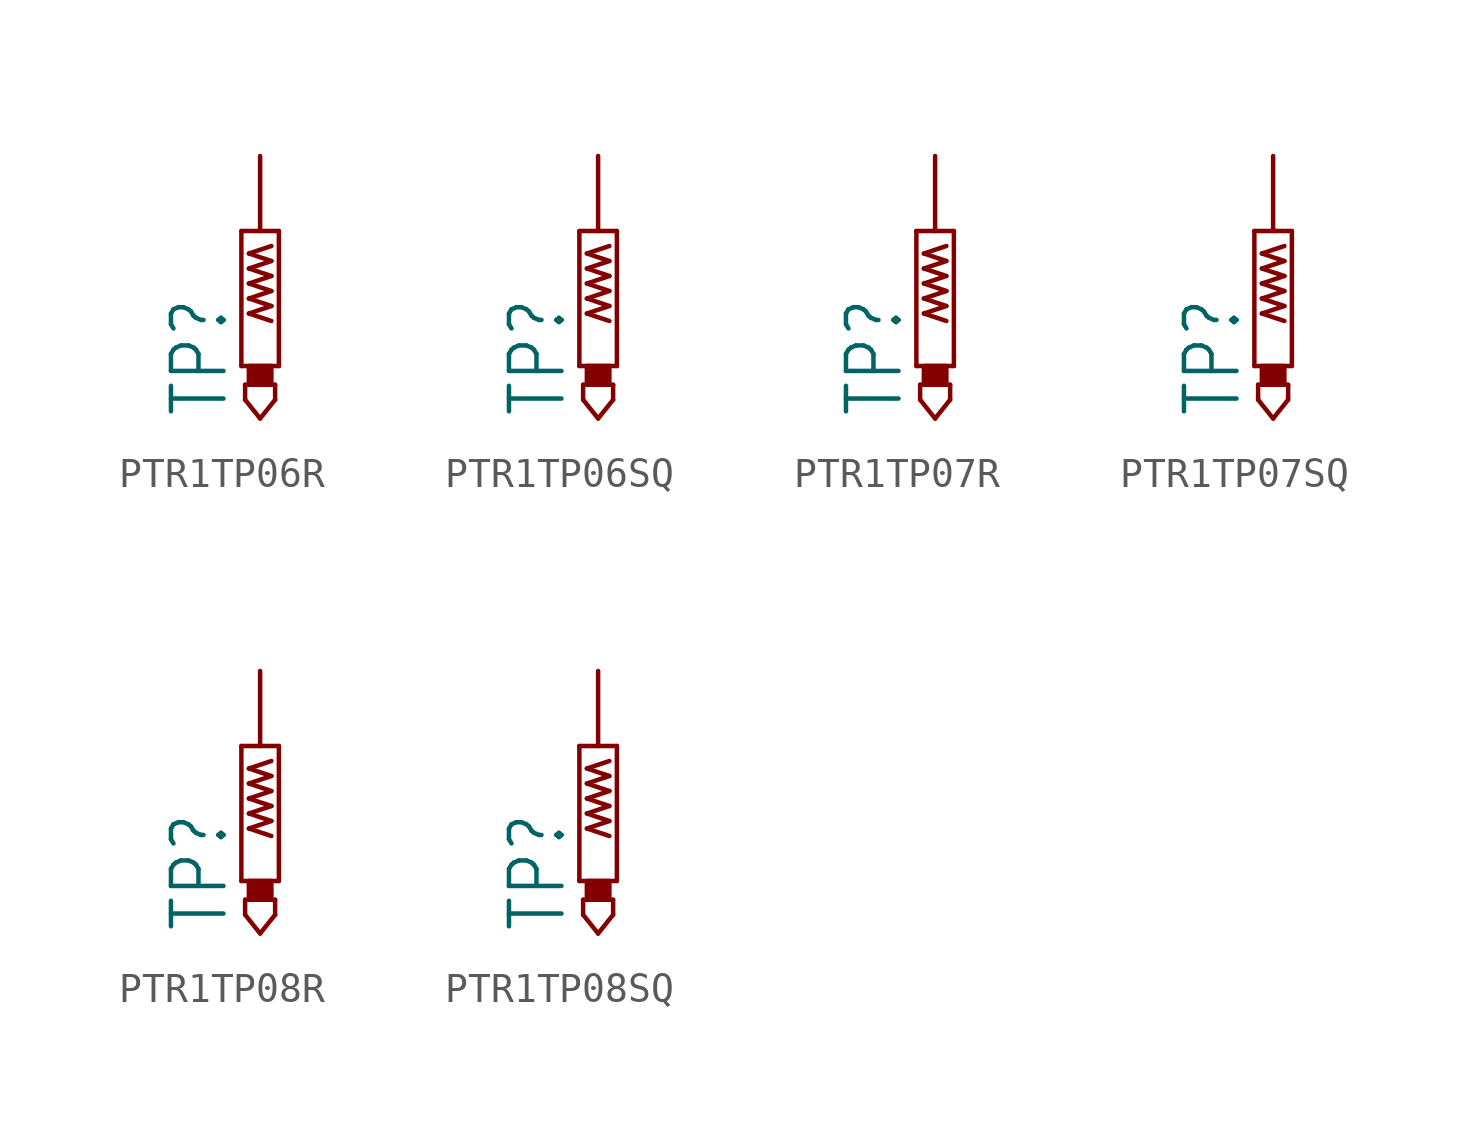
<source format=kicad_sym>
(kicad_symbol_lib
  (version 20231120)
  (generator "kicad_symbol_editor")
  (generator_version "8.0")
  (symbol "PTR1TP06R"
    (property "Reference" "TP"
      (at -1.016 -6.35 90)
      (effects (font (size 1.778 1.511)) (justify left bottom)))
    (property "ki_locked" ""
      (at 0 0 0)
      (effects (font (size 1.27 1.27))))
    (symbol "PTR1TP06R_1_0"
      (rectangle (start -0.381 -5.207) (end 0.381 -4.572) (stroke (width 0) (type default)) (fill (type outline)))
      (polyline (pts (xy -0.635 0) (xy -0.635 -4.572)) (stroke (width 0.152) (type solid)) (fill (type none)))
      (polyline (pts (xy -0.508 -5.715) (xy 0 -6.35)) (stroke (width 0.152) (type solid)) (fill (type none)))
      (polyline (pts (xy -0.508 -5.207) (xy -0.508 -5.715)) (stroke (width 0.152) (type solid)) (fill (type none)))
      (polyline (pts (xy -0.381 -2.794) (xy 0.381 -2.54)) (stroke (width 0.152) (type solid)) (fill (type none)))
      (polyline (pts (xy -0.381 -2.286) (xy 0.381 -2.032)) (stroke (width 0.152) (type solid)) (fill (type none)))
      (polyline (pts (xy -0.381 -1.778) (xy 0.381 -1.524)) (stroke (width 0.152) (type solid)) (fill (type none)))
      (polyline (pts (xy -0.381 -1.27) (xy 0.381 -1.016)) (stroke (width 0.152) (type solid)) (fill (type none)))
      (polyline (pts (xy -0.381 -0.762) (xy 0.381 -0.508)) (stroke (width 0.152) (type solid)) (fill (type none)))
      (polyline (pts (xy 0 -6.35) (xy 0.508 -5.715)) (stroke (width 0.152) (type solid)) (fill (type none)))
      (polyline (pts (xy 0.381 -3.048) (xy -0.381 -2.794)) (stroke (width 0.152) (type solid)) (fill (type none)))
      (polyline (pts (xy 0.381 -2.54) (xy -0.381 -2.286)) (stroke (width 0.152) (type solid)) (fill (type none)))
      (polyline (pts (xy 0.381 -2.032) (xy -0.381 -1.778)) (stroke (width 0.152) (type solid)) (fill (type none)))
      (polyline (pts (xy 0.381 -1.524) (xy -0.381 -1.27)) (stroke (width 0.152) (type solid)) (fill (type none)))
      (polyline (pts (xy 0.381 -1.016) (xy -0.381 -0.762)) (stroke (width 0.152) (type solid)) (fill (type none)))
      (polyline (pts (xy 0.508 -5.715) (xy 0.508 -5.207)) (stroke (width 0.152) (type solid)) (fill (type none)))
      (polyline (pts (xy 0.508 -5.207) (xy -0.508 -5.207)) (stroke (width 0.152) (type solid)) (fill (type none)))
      (polyline (pts (xy 0.635 -4.572) (xy -0.635 -4.572)) (stroke (width 0.152) (type solid)) (fill (type none)))
      (polyline (pts (xy 0.635 -4.572) (xy 0.635 0)) (stroke (width 0.152) (type solid)) (fill (type none)))
      (polyline (pts (xy 0.635 0) (xy -0.635 0)) (stroke (width 0.152) (type solid)) (fill (type none)))
      (pin input line (at 0 2.54 270) (length 2.54) (name "TP" (effects (font (size 0 0)))) (number "TP" (effects (font (size 0 0)))))))
  (symbol "PTR1TP06SQ"
    (property "Reference" "TP"
      (at -1.016 -6.35 90)
      (effects (font (size 1.778 1.511)) (justify left bottom)))
    (property "ki_locked" ""
      (at 0 0 0)
      (effects (font (size 1.27 1.27))))
    (symbol "PTR1TP06SQ_1_0"
      (rectangle (start -0.381 -5.207) (end 0.381 -4.572) (stroke (width 0) (type default)) (fill (type outline)))
      (polyline (pts (xy -0.635 0) (xy -0.635 -4.572)) (stroke (width 0.152) (type solid)) (fill (type none)))
      (polyline (pts (xy -0.508 -5.715) (xy 0 -6.35)) (stroke (width 0.152) (type solid)) (fill (type none)))
      (polyline (pts (xy -0.508 -5.207) (xy -0.508 -5.715)) (stroke (width 0.152) (type solid)) (fill (type none)))
      (polyline (pts (xy -0.381 -2.794) (xy 0.381 -2.54)) (stroke (width 0.152) (type solid)) (fill (type none)))
      (polyline (pts (xy -0.381 -2.286) (xy 0.381 -2.032)) (stroke (width 0.152) (type solid)) (fill (type none)))
      (polyline (pts (xy -0.381 -1.778) (xy 0.381 -1.524)) (stroke (width 0.152) (type solid)) (fill (type none)))
      (polyline (pts (xy -0.381 -1.27) (xy 0.381 -1.016)) (stroke (width 0.152) (type solid)) (fill (type none)))
      (polyline (pts (xy -0.381 -0.762) (xy 0.381 -0.508)) (stroke (width 0.152) (type solid)) (fill (type none)))
      (polyline (pts (xy 0 -6.35) (xy 0.508 -5.715)) (stroke (width 0.152) (type solid)) (fill (type none)))
      (polyline (pts (xy 0.381 -3.048) (xy -0.381 -2.794)) (stroke (width 0.152) (type solid)) (fill (type none)))
      (polyline (pts (xy 0.381 -2.54) (xy -0.381 -2.286)) (stroke (width 0.152) (type solid)) (fill (type none)))
      (polyline (pts (xy 0.381 -2.032) (xy -0.381 -1.778)) (stroke (width 0.152) (type solid)) (fill (type none)))
      (polyline (pts (xy 0.381 -1.524) (xy -0.381 -1.27)) (stroke (width 0.152) (type solid)) (fill (type none)))
      (polyline (pts (xy 0.381 -1.016) (xy -0.381 -0.762)) (stroke (width 0.152) (type solid)) (fill (type none)))
      (polyline (pts (xy 0.508 -5.715) (xy 0.508 -5.207)) (stroke (width 0.152) (type solid)) (fill (type none)))
      (polyline (pts (xy 0.508 -5.207) (xy -0.508 -5.207)) (stroke (width 0.152) (type solid)) (fill (type none)))
      (polyline (pts (xy 0.635 -4.572) (xy -0.635 -4.572)) (stroke (width 0.152) (type solid)) (fill (type none)))
      (polyline (pts (xy 0.635 -4.572) (xy 0.635 0)) (stroke (width 0.152) (type solid)) (fill (type none)))
      (polyline (pts (xy 0.635 0) (xy -0.635 0)) (stroke (width 0.152) (type solid)) (fill (type none)))
      (pin input line (at 0 2.54 270) (length 2.54) (name "TP" (effects (font (size 0 0)))) (number "TP" (effects (font (size 0 0)))))))
  (symbol "PTR1TP07R"
    (property "Reference" "TP"
      (at -1.016 -6.35 90)
      (effects (font (size 1.778 1.511)) (justify left bottom)))
    (property "ki_locked" ""
      (at 0 0 0)
      (effects (font (size 1.27 1.27))))
    (symbol "PTR1TP07R_1_0"
      (rectangle (start -0.381 -5.207) (end 0.381 -4.572) (stroke (width 0) (type default)) (fill (type outline)))
      (polyline (pts (xy -0.635 0) (xy -0.635 -4.572)) (stroke (width 0.152) (type solid)) (fill (type none)))
      (polyline (pts (xy -0.508 -5.715) (xy 0 -6.35)) (stroke (width 0.152) (type solid)) (fill (type none)))
      (polyline (pts (xy -0.508 -5.207) (xy -0.508 -5.715)) (stroke (width 0.152) (type solid)) (fill (type none)))
      (polyline (pts (xy -0.381 -2.794) (xy 0.381 -2.54)) (stroke (width 0.152) (type solid)) (fill (type none)))
      (polyline (pts (xy -0.381 -2.286) (xy 0.381 -2.032)) (stroke (width 0.152) (type solid)) (fill (type none)))
      (polyline (pts (xy -0.381 -1.778) (xy 0.381 -1.524)) (stroke (width 0.152) (type solid)) (fill (type none)))
      (polyline (pts (xy -0.381 -1.27) (xy 0.381 -1.016)) (stroke (width 0.152) (type solid)) (fill (type none)))
      (polyline (pts (xy -0.381 -0.762) (xy 0.381 -0.508)) (stroke (width 0.152) (type solid)) (fill (type none)))
      (polyline (pts (xy 0 -6.35) (xy 0.508 -5.715)) (stroke (width 0.152) (type solid)) (fill (type none)))
      (polyline (pts (xy 0.381 -3.048) (xy -0.381 -2.794)) (stroke (width 0.152) (type solid)) (fill (type none)))
      (polyline (pts (xy 0.381 -2.54) (xy -0.381 -2.286)) (stroke (width 0.152) (type solid)) (fill (type none)))
      (polyline (pts (xy 0.381 -2.032) (xy -0.381 -1.778)) (stroke (width 0.152) (type solid)) (fill (type none)))
      (polyline (pts (xy 0.381 -1.524) (xy -0.381 -1.27)) (stroke (width 0.152) (type solid)) (fill (type none)))
      (polyline (pts (xy 0.381 -1.016) (xy -0.381 -0.762)) (stroke (width 0.152) (type solid)) (fill (type none)))
      (polyline (pts (xy 0.508 -5.715) (xy 0.508 -5.207)) (stroke (width 0.152) (type solid)) (fill (type none)))
      (polyline (pts (xy 0.508 -5.207) (xy -0.508 -5.207)) (stroke (width 0.152) (type solid)) (fill (type none)))
      (polyline (pts (xy 0.635 -4.572) (xy -0.635 -4.572)) (stroke (width 0.152) (type solid)) (fill (type none)))
      (polyline (pts (xy 0.635 -4.572) (xy 0.635 0)) (stroke (width 0.152) (type solid)) (fill (type none)))
      (polyline (pts (xy 0.635 0) (xy -0.635 0)) (stroke (width 0.152) (type solid)) (fill (type none)))
      (pin input line (at 0 2.54 270) (length 2.54) (name "TP" (effects (font (size 0 0)))) (number "TP" (effects (font (size 0 0)))))))
  (symbol "PTR1TP07SQ"
    (property "Reference" "TP"
      (at -1.016 -6.35 90)
      (effects (font (size 1.778 1.511)) (justify left bottom)))
    (property "ki_locked" ""
      (at 0 0 0)
      (effects (font (size 1.27 1.27))))
    (symbol "PTR1TP07SQ_1_0"
      (rectangle (start -0.381 -5.207) (end 0.381 -4.572) (stroke (width 0) (type default)) (fill (type outline)))
      (polyline (pts (xy -0.635 0) (xy -0.635 -4.572)) (stroke (width 0.152) (type solid)) (fill (type none)))
      (polyline (pts (xy -0.508 -5.715) (xy 0 -6.35)) (stroke (width 0.152) (type solid)) (fill (type none)))
      (polyline (pts (xy -0.508 -5.207) (xy -0.508 -5.715)) (stroke (width 0.152) (type solid)) (fill (type none)))
      (polyline (pts (xy -0.381 -2.794) (xy 0.381 -2.54)) (stroke (width 0.152) (type solid)) (fill (type none)))
      (polyline (pts (xy -0.381 -2.286) (xy 0.381 -2.032)) (stroke (width 0.152) (type solid)) (fill (type none)))
      (polyline (pts (xy -0.381 -1.778) (xy 0.381 -1.524)) (stroke (width 0.152) (type solid)) (fill (type none)))
      (polyline (pts (xy -0.381 -1.27) (xy 0.381 -1.016)) (stroke (width 0.152) (type solid)) (fill (type none)))
      (polyline (pts (xy -0.381 -0.762) (xy 0.381 -0.508)) (stroke (width 0.152) (type solid)) (fill (type none)))
      (polyline (pts (xy 0 -6.35) (xy 0.508 -5.715)) (stroke (width 0.152) (type solid)) (fill (type none)))
      (polyline (pts (xy 0.381 -3.048) (xy -0.381 -2.794)) (stroke (width 0.152) (type solid)) (fill (type none)))
      (polyline (pts (xy 0.381 -2.54) (xy -0.381 -2.286)) (stroke (width 0.152) (type solid)) (fill (type none)))
      (polyline (pts (xy 0.381 -2.032) (xy -0.381 -1.778)) (stroke (width 0.152) (type solid)) (fill (type none)))
      (polyline (pts (xy 0.381 -1.524) (xy -0.381 -1.27)) (stroke (width 0.152) (type solid)) (fill (type none)))
      (polyline (pts (xy 0.381 -1.016) (xy -0.381 -0.762)) (stroke (width 0.152) (type solid)) (fill (type none)))
      (polyline (pts (xy 0.508 -5.715) (xy 0.508 -5.207)) (stroke (width 0.152) (type solid)) (fill (type none)))
      (polyline (pts (xy 0.508 -5.207) (xy -0.508 -5.207)) (stroke (width 0.152) (type solid)) (fill (type none)))
      (polyline (pts (xy 0.635 -4.572) (xy -0.635 -4.572)) (stroke (width 0.152) (type solid)) (fill (type none)))
      (polyline (pts (xy 0.635 -4.572) (xy 0.635 0)) (stroke (width 0.152) (type solid)) (fill (type none)))
      (polyline (pts (xy 0.635 0) (xy -0.635 0)) (stroke (width 0.152) (type solid)) (fill (type none)))
      (pin input line (at 0 2.54 270) (length 2.54) (name "TP" (effects (font (size 0 0)))) (number "TP" (effects (font (size 0 0)))))))
  (symbol "PTR1TP08R"
    (property "Reference" "TP"
      (at -1.016 -6.35 90)
      (effects (font (size 1.778 1.511)) (justify left bottom)))
    (property "ki_locked" ""
      (at 0 0 0)
      (effects (font (size 1.27 1.27))))
    (symbol "PTR1TP08R_1_0"
      (rectangle (start -0.381 -5.207) (end 0.381 -4.572) (stroke (width 0) (type default)) (fill (type outline)))
      (polyline (pts (xy -0.635 0) (xy -0.635 -4.572)) (stroke (width 0.152) (type solid)) (fill (type none)))
      (polyline (pts (xy -0.508 -5.715) (xy 0 -6.35)) (stroke (width 0.152) (type solid)) (fill (type none)))
      (polyline (pts (xy -0.508 -5.207) (xy -0.508 -5.715)) (stroke (width 0.152) (type solid)) (fill (type none)))
      (polyline (pts (xy -0.381 -2.794) (xy 0.381 -2.54)) (stroke (width 0.152) (type solid)) (fill (type none)))
      (polyline (pts (xy -0.381 -2.286) (xy 0.381 -2.032)) (stroke (width 0.152) (type solid)) (fill (type none)))
      (polyline (pts (xy -0.381 -1.778) (xy 0.381 -1.524)) (stroke (width 0.152) (type solid)) (fill (type none)))
      (polyline (pts (xy -0.381 -1.27) (xy 0.381 -1.016)) (stroke (width 0.152) (type solid)) (fill (type none)))
      (polyline (pts (xy -0.381 -0.762) (xy 0.381 -0.508)) (stroke (width 0.152) (type solid)) (fill (type none)))
      (polyline (pts (xy 0 -6.35) (xy 0.508 -5.715)) (stroke (width 0.152) (type solid)) (fill (type none)))
      (polyline (pts (xy 0.381 -3.048) (xy -0.381 -2.794)) (stroke (width 0.152) (type solid)) (fill (type none)))
      (polyline (pts (xy 0.381 -2.54) (xy -0.381 -2.286)) (stroke (width 0.152) (type solid)) (fill (type none)))
      (polyline (pts (xy 0.381 -2.032) (xy -0.381 -1.778)) (stroke (width 0.152) (type solid)) (fill (type none)))
      (polyline (pts (xy 0.381 -1.524) (xy -0.381 -1.27)) (stroke (width 0.152) (type solid)) (fill (type none)))
      (polyline (pts (xy 0.381 -1.016) (xy -0.381 -0.762)) (stroke (width 0.152) (type solid)) (fill (type none)))
      (polyline (pts (xy 0.508 -5.715) (xy 0.508 -5.207)) (stroke (width 0.152) (type solid)) (fill (type none)))
      (polyline (pts (xy 0.508 -5.207) (xy -0.508 -5.207)) (stroke (width 0.152) (type solid)) (fill (type none)))
      (polyline (pts (xy 0.635 -4.572) (xy -0.635 -4.572)) (stroke (width 0.152) (type solid)) (fill (type none)))
      (polyline (pts (xy 0.635 -4.572) (xy 0.635 0)) (stroke (width 0.152) (type solid)) (fill (type none)))
      (polyline (pts (xy 0.635 0) (xy -0.635 0)) (stroke (width 0.152) (type solid)) (fill (type none)))
      (pin input line (at 0 2.54 270) (length 2.54) (name "TP" (effects (font (size 0 0)))) (number "TP" (effects (font (size 0 0)))))))
  (symbol "PTR1TP08SQ"
    (property "Reference" "TP"
      (at -1.016 -6.35 90)
      (effects (font (size 1.778 1.511)) (justify left bottom)))
    (property "ki_locked" ""
      (at 0 0 0)
      (effects (font (size 1.27 1.27))))
    (symbol "PTR1TP08SQ_1_0"
      (rectangle (start -0.381 -5.207) (end 0.381 -4.572) (stroke (width 0) (type default)) (fill (type outline)))
      (polyline (pts (xy -0.635 0) (xy -0.635 -4.572)) (stroke (width 0.152) (type solid)) (fill (type none)))
      (polyline (pts (xy -0.508 -5.715) (xy 0 -6.35)) (stroke (width 0.152) (type solid)) (fill (type none)))
      (polyline (pts (xy -0.508 -5.207) (xy -0.508 -5.715)) (stroke (width 0.152) (type solid)) (fill (type none)))
      (polyline (pts (xy -0.381 -2.794) (xy 0.381 -2.54)) (stroke (width 0.152) (type solid)) (fill (type none)))
      (polyline (pts (xy -0.381 -2.286) (xy 0.381 -2.032)) (stroke (width 0.152) (type solid)) (fill (type none)))
      (polyline (pts (xy -0.381 -1.778) (xy 0.381 -1.524)) (stroke (width 0.152) (type solid)) (fill (type none)))
      (polyline (pts (xy -0.381 -1.27) (xy 0.381 -1.016)) (stroke (width 0.152) (type solid)) (fill (type none)))
      (polyline (pts (xy -0.381 -0.762) (xy 0.381 -0.508)) (stroke (width 0.152) (type solid)) (fill (type none)))
      (polyline (pts (xy 0 -6.35) (xy 0.508 -5.715)) (stroke (width 0.152) (type solid)) (fill (type none)))
      (polyline (pts (xy 0.381 -3.048) (xy -0.381 -2.794)) (stroke (width 0.152) (type solid)) (fill (type none)))
      (polyline (pts (xy 0.381 -2.54) (xy -0.381 -2.286)) (stroke (width 0.152) (type solid)) (fill (type none)))
      (polyline (pts (xy 0.381 -2.032) (xy -0.381 -1.778)) (stroke (width 0.152) (type solid)) (fill (type none)))
      (polyline (pts (xy 0.381 -1.524) (xy -0.381 -1.27)) (stroke (width 0.152) (type solid)) (fill (type none)))
      (polyline (pts (xy 0.381 -1.016) (xy -0.381 -0.762)) (stroke (width 0.152) (type solid)) (fill (type none)))
      (polyline (pts (xy 0.508 -5.715) (xy 0.508 -5.207)) (stroke (width 0.152) (type solid)) (fill (type none)))
      (polyline (pts (xy 0.508 -5.207) (xy -0.508 -5.207)) (stroke (width 0.152) (type solid)) (fill (type none)))
      (polyline (pts (xy 0.635 -4.572) (xy -0.635 -4.572)) (stroke (width 0.152) (type solid)) (fill (type none)))
      (polyline (pts (xy 0.635 -4.572) (xy 0.635 0)) (stroke (width 0.152) (type solid)) (fill (type none)))
      (polyline (pts (xy 0.635 0) (xy -0.635 0)) (stroke (width 0.152) (type solid)) (fill (type none)))
      (pin input line (at 0 2.54 270) (length 2.54) (name "TP" (effects (font (size 0 0)))) (number "TP" (effects (font (size 0 0))))))))
</source>
